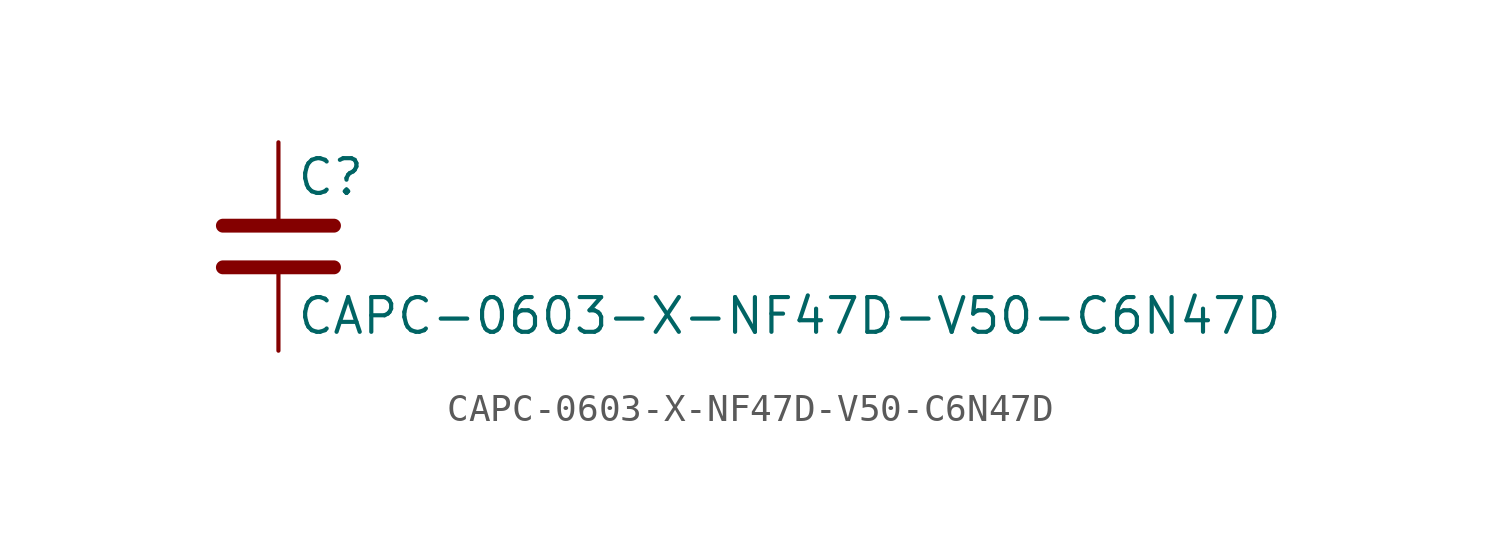
<source format=kicad_sym>
(kicad_symbol_lib
  (version 20211014)
  (generator kicad_symbol_editor)
  (symbol "CAPC-0603-X-NF47D-V50-C6N47D"
    (pin_numbers hide)
    (pin_names
      (offset 0.254))
    (property "Reference" "C"
      (at 0.635 2.54 0)
      (effects (font (size 1.27 1.27)) (justify left)))
    (property "Value" "CAPC-0603-X-NF47D-V50-C6N47D"
      (at 0.635 -2.54 0)
      (effects (font (size 1.27 1.27)) (justify left)))
    (symbol "CAPC-0603-X-NF47D-V50-C6N47D_0_1"
      (polyline (pts (xy -2.032 -0.762) (xy 2.032 -0.762)) (stroke (width 0.508) (type default) (color 0 0 0 0)) (fill (type none)))
      (polyline (pts (xy -2.032 0.762) (xy 2.032 0.762)) (stroke (width 0.508) (type default) (color 0 0 0 0)) (fill (type none))))
    (symbol "CAPC-0603-X-NF47D-V50-C6N47D_1_1"
      (pin passive line (at 0 3.81 270) (length 2.794) (name "~" (effects (font (size 1.27 1.27)))) (number "1" (effects (font (size 1.27 1.27)))))
      (pin passive line (at 0 -3.81 90) (length 2.794) (name "~" (effects (font (size 1.27 1.27)))) (number "2" (effects (font (size 1.27 1.27))))))))
</source>
